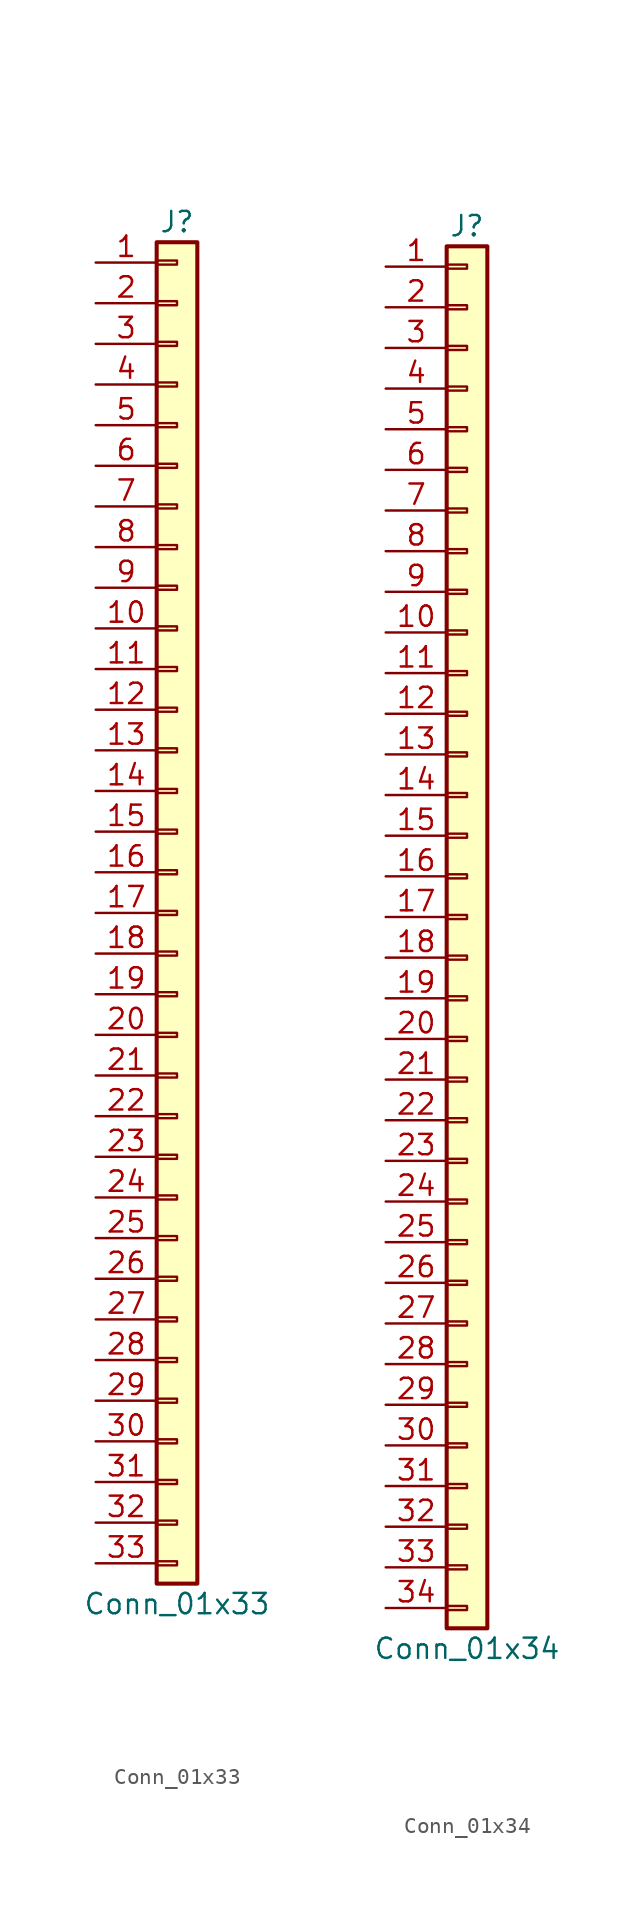
<source format=kicad_sym>
(kicad_symbol_lib
  (version 20220914)
  (generator kicad_symbol_editor)
  (symbol "Conn_01x33"
    (pin_names
      (offset 1.016) hide)
    (property "Reference" "J"
      (at 0 43.18 0)
      (effects (font (size 1.27 1.27))))
    (property "Value" "Conn_01x33"
      (at 0 -43.18 0)
      (effects (font (size 1.27 1.27))))
    (symbol "Conn_01x33_1_1"
      (rectangle (start -1.27 -40.513) (end 0 -40.767) (stroke (width 0.152) (type solid)) (fill (type none)))
      (rectangle (start -1.27 -37.973) (end 0 -38.227) (stroke (width 0.152) (type solid)) (fill (type none)))
      (rectangle (start -1.27 -35.433) (end 0 -35.687) (stroke (width 0.152) (type solid)) (fill (type none)))
      (rectangle (start -1.27 -32.893) (end 0 -33.147) (stroke (width 0.152) (type solid)) (fill (type none)))
      (rectangle (start -1.27 -30.353) (end 0 -30.607) (stroke (width 0.152) (type solid)) (fill (type none)))
      (rectangle (start -1.27 -27.813) (end 0 -28.067) (stroke (width 0.152) (type solid)) (fill (type none)))
      (rectangle (start -1.27 -25.273) (end 0 -25.527) (stroke (width 0.152) (type solid)) (fill (type none)))
      (rectangle (start -1.27 -22.733) (end 0 -22.987) (stroke (width 0.152) (type solid)) (fill (type none)))
      (rectangle (start -1.27 -20.193) (end 0 -20.447) (stroke (width 0.152) (type solid)) (fill (type none)))
      (rectangle (start -1.27 -17.653) (end 0 -17.907) (stroke (width 0.152) (type solid)) (fill (type none)))
      (rectangle (start -1.27 -15.113) (end 0 -15.367) (stroke (width 0.152) (type solid)) (fill (type none)))
      (rectangle (start -1.27 -12.573) (end 0 -12.827) (stroke (width 0.152) (type solid)) (fill (type none)))
      (rectangle (start -1.27 -10.033) (end 0 -10.287) (stroke (width 0.152) (type solid)) (fill (type none)))
      (rectangle (start -1.27 -7.493) (end 0 -7.747) (stroke (width 0.152) (type solid)) (fill (type none)))
      (rectangle (start -1.27 -4.953) (end 0 -5.207) (stroke (width 0.152) (type solid)) (fill (type none)))
      (rectangle (start -1.27 -2.413) (end 0 -2.667) (stroke (width 0.152) (type solid)) (fill (type none)))
      (rectangle (start -1.27 0.127) (end 0 -0.127) (stroke (width 0.152) (type solid)) (fill (type none)))
      (rectangle (start -1.27 2.667) (end 0 2.413) (stroke (width 0.152) (type solid)) (fill (type none)))
      (rectangle (start -1.27 5.207) (end 0 4.953) (stroke (width 0.152) (type solid)) (fill (type none)))
      (rectangle (start -1.27 7.747) (end 0 7.493) (stroke (width 0.152) (type solid)) (fill (type none)))
      (rectangle (start -1.27 10.287) (end 0 10.033) (stroke (width 0.152) (type solid)) (fill (type none)))
      (rectangle (start -1.27 12.827) (end 0 12.573) (stroke (width 0.152) (type solid)) (fill (type none)))
      (rectangle (start -1.27 15.367) (end 0 15.113) (stroke (width 0.152) (type solid)) (fill (type none)))
      (rectangle (start -1.27 17.907) (end 0 17.653) (stroke (width 0.152) (type solid)) (fill (type none)))
      (rectangle (start -1.27 20.447) (end 0 20.193) (stroke (width 0.152) (type solid)) (fill (type none)))
      (rectangle (start -1.27 22.987) (end 0 22.733) (stroke (width 0.152) (type solid)) (fill (type none)))
      (rectangle (start -1.27 25.527) (end 0 25.273) (stroke (width 0.152) (type solid)) (fill (type none)))
      (rectangle (start -1.27 28.067) (end 0 27.813) (stroke (width 0.152) (type solid)) (fill (type none)))
      (rectangle (start -1.27 30.607) (end 0 30.353) (stroke (width 0.152) (type solid)) (fill (type none)))
      (rectangle (start -1.27 33.147) (end 0 32.893) (stroke (width 0.152) (type solid)) (fill (type none)))
      (rectangle (start -1.27 35.687) (end 0 35.433) (stroke (width 0.152) (type solid)) (fill (type none)))
      (rectangle (start -1.27 38.227) (end 0 37.973) (stroke (width 0.152) (type solid)) (fill (type none)))
      (rectangle (start -1.27 40.767) (end 0 40.513) (stroke (width 0.152) (type solid)) (fill (type none)))
      (rectangle (start -1.27 41.91) (end 1.27 -41.91) (stroke (width 0.254) (type solid)) (fill (type background)))
      (pin passive line (at -5.08 40.64 0) (length 3.81) (name "Pin_1" (effects (font (size 1.27 1.27)))) (number "1" (effects (font (size 1.27 1.27)))))
      (pin passive line (at -5.08 17.78 0) (length 3.81) (name "Pin_10" (effects (font (size 1.27 1.27)))) (number "10" (effects (font (size 1.27 1.27)))))
      (pin passive line (at -5.08 15.24 0) (length 3.81) (name "Pin_11" (effects (font (size 1.27 1.27)))) (number "11" (effects (font (size 1.27 1.27)))))
      (pin passive line (at -5.08 12.7 0) (length 3.81) (name "Pin_12" (effects (font (size 1.27 1.27)))) (number "12" (effects (font (size 1.27 1.27)))))
      (pin passive line (at -5.08 10.16 0) (length 3.81) (name "Pin_13" (effects (font (size 1.27 1.27)))) (number "13" (effects (font (size 1.27 1.27)))))
      (pin passive line (at -5.08 7.62 0) (length 3.81) (name "Pin_14" (effects (font (size 1.27 1.27)))) (number "14" (effects (font (size 1.27 1.27)))))
      (pin passive line (at -5.08 5.08 0) (length 3.81) (name "Pin_15" (effects (font (size 1.27 1.27)))) (number "15" (effects (font (size 1.27 1.27)))))
      (pin passive line (at -5.08 2.54 0) (length 3.81) (name "Pin_16" (effects (font (size 1.27 1.27)))) (number "16" (effects (font (size 1.27 1.27)))))
      (pin passive line (at -5.08 0 0) (length 3.81) (name "Pin_17" (effects (font (size 1.27 1.27)))) (number "17" (effects (font (size 1.27 1.27)))))
      (pin passive line (at -5.08 -2.54 0) (length 3.81) (name "Pin_18" (effects (font (size 1.27 1.27)))) (number "18" (effects (font (size 1.27 1.27)))))
      (pin passive line (at -5.08 -5.08 0) (length 3.81) (name "Pin_19" (effects (font (size 1.27 1.27)))) (number "19" (effects (font (size 1.27 1.27)))))
      (pin passive line (at -5.08 38.1 0) (length 3.81) (name "Pin_2" (effects (font (size 1.27 1.27)))) (number "2" (effects (font (size 1.27 1.27)))))
      (pin passive line (at -5.08 -7.62 0) (length 3.81) (name "Pin_20" (effects (font (size 1.27 1.27)))) (number "20" (effects (font (size 1.27 1.27)))))
      (pin passive line (at -5.08 -10.16 0) (length 3.81) (name "Pin_21" (effects (font (size 1.27 1.27)))) (number "21" (effects (font (size 1.27 1.27)))))
      (pin passive line (at -5.08 -12.7 0) (length 3.81) (name "Pin_22" (effects (font (size 1.27 1.27)))) (number "22" (effects (font (size 1.27 1.27)))))
      (pin passive line (at -5.08 -15.24 0) (length 3.81) (name "Pin_23" (effects (font (size 1.27 1.27)))) (number "23" (effects (font (size 1.27 1.27)))))
      (pin passive line (at -5.08 -17.78 0) (length 3.81) (name "Pin_24" (effects (font (size 1.27 1.27)))) (number "24" (effects (font (size 1.27 1.27)))))
      (pin passive line (at -5.08 -20.32 0) (length 3.81) (name "Pin_25" (effects (font (size 1.27 1.27)))) (number "25" (effects (font (size 1.27 1.27)))))
      (pin passive line (at -5.08 -22.86 0) (length 3.81) (name "Pin_26" (effects (font (size 1.27 1.27)))) (number "26" (effects (font (size 1.27 1.27)))))
      (pin passive line (at -5.08 -25.4 0) (length 3.81) (name "Pin_27" (effects (font (size 1.27 1.27)))) (number "27" (effects (font (size 1.27 1.27)))))
      (pin passive line (at -5.08 -27.94 0) (length 3.81) (name "Pin_28" (effects (font (size 1.27 1.27)))) (number "28" (effects (font (size 1.27 1.27)))))
      (pin passive line (at -5.08 -30.48 0) (length 3.81) (name "Pin_29" (effects (font (size 1.27 1.27)))) (number "29" (effects (font (size 1.27 1.27)))))
      (pin passive line (at -5.08 35.56 0) (length 3.81) (name "Pin_3" (effects (font (size 1.27 1.27)))) (number "3" (effects (font (size 1.27 1.27)))))
      (pin passive line (at -5.08 -33.02 0) (length 3.81) (name "Pin_30" (effects (font (size 1.27 1.27)))) (number "30" (effects (font (size 1.27 1.27)))))
      (pin passive line (at -5.08 -35.56 0) (length 3.81) (name "Pin_31" (effects (font (size 1.27 1.27)))) (number "31" (effects (font (size 1.27 1.27)))))
      (pin passive line (at -5.08 -38.1 0) (length 3.81) (name "Pin_32" (effects (font (size 1.27 1.27)))) (number "32" (effects (font (size 1.27 1.27)))))
      (pin passive line (at -5.08 -40.64 0) (length 3.81) (name "Pin_33" (effects (font (size 1.27 1.27)))) (number "33" (effects (font (size 1.27 1.27)))))
      (pin passive line (at -5.08 33.02 0) (length 3.81) (name "Pin_4" (effects (font (size 1.27 1.27)))) (number "4" (effects (font (size 1.27 1.27)))))
      (pin passive line (at -5.08 30.48 0) (length 3.81) (name "Pin_5" (effects (font (size 1.27 1.27)))) (number "5" (effects (font (size 1.27 1.27)))))
      (pin passive line (at -5.08 27.94 0) (length 3.81) (name "Pin_6" (effects (font (size 1.27 1.27)))) (number "6" (effects (font (size 1.27 1.27)))))
      (pin passive line (at -5.08 25.4 0) (length 3.81) (name "Pin_7" (effects (font (size 1.27 1.27)))) (number "7" (effects (font (size 1.27 1.27)))))
      (pin passive line (at -5.08 22.86 0) (length 3.81) (name "Pin_8" (effects (font (size 1.27 1.27)))) (number "8" (effects (font (size 1.27 1.27)))))
      (pin passive line (at -5.08 20.32 0) (length 3.81) (name "Pin_9" (effects (font (size 1.27 1.27)))) (number "9" (effects (font (size 1.27 1.27)))))))
  (symbol "Conn_01x34"
    (pin_names
      (offset 1.016) hide)
    (property "Reference" "J"
      (at 0 43.18 0)
      (effects (font (size 1.27 1.27))))
    (property "Value" "Conn_01x34"
      (at 0 -45.72 0)
      (effects (font (size 1.27 1.27))))
    (symbol "Conn_01x34_1_1"
      (rectangle (start -1.27 -43.053) (end 0 -43.307) (stroke (width 0.152) (type solid)) (fill (type none)))
      (rectangle (start -1.27 -40.513) (end 0 -40.767) (stroke (width 0.152) (type solid)) (fill (type none)))
      (rectangle (start -1.27 -37.973) (end 0 -38.227) (stroke (width 0.152) (type solid)) (fill (type none)))
      (rectangle (start -1.27 -35.433) (end 0 -35.687) (stroke (width 0.152) (type solid)) (fill (type none)))
      (rectangle (start -1.27 -32.893) (end 0 -33.147) (stroke (width 0.152) (type solid)) (fill (type none)))
      (rectangle (start -1.27 -30.353) (end 0 -30.607) (stroke (width 0.152) (type solid)) (fill (type none)))
      (rectangle (start -1.27 -27.813) (end 0 -28.067) (stroke (width 0.152) (type solid)) (fill (type none)))
      (rectangle (start -1.27 -25.273) (end 0 -25.527) (stroke (width 0.152) (type solid)) (fill (type none)))
      (rectangle (start -1.27 -22.733) (end 0 -22.987) (stroke (width 0.152) (type solid)) (fill (type none)))
      (rectangle (start -1.27 -20.193) (end 0 -20.447) (stroke (width 0.152) (type solid)) (fill (type none)))
      (rectangle (start -1.27 -17.653) (end 0 -17.907) (stroke (width 0.152) (type solid)) (fill (type none)))
      (rectangle (start -1.27 -15.113) (end 0 -15.367) (stroke (width 0.152) (type solid)) (fill (type none)))
      (rectangle (start -1.27 -12.573) (end 0 -12.827) (stroke (width 0.152) (type solid)) (fill (type none)))
      (rectangle (start -1.27 -10.033) (end 0 -10.287) (stroke (width 0.152) (type solid)) (fill (type none)))
      (rectangle (start -1.27 -7.493) (end 0 -7.747) (stroke (width 0.152) (type solid)) (fill (type none)))
      (rectangle (start -1.27 -4.953) (end 0 -5.207) (stroke (width 0.152) (type solid)) (fill (type none)))
      (rectangle (start -1.27 -2.413) (end 0 -2.667) (stroke (width 0.152) (type solid)) (fill (type none)))
      (rectangle (start -1.27 0.127) (end 0 -0.127) (stroke (width 0.152) (type solid)) (fill (type none)))
      (rectangle (start -1.27 2.667) (end 0 2.413) (stroke (width 0.152) (type solid)) (fill (type none)))
      (rectangle (start -1.27 5.207) (end 0 4.953) (stroke (width 0.152) (type solid)) (fill (type none)))
      (rectangle (start -1.27 7.747) (end 0 7.493) (stroke (width 0.152) (type solid)) (fill (type none)))
      (rectangle (start -1.27 10.287) (end 0 10.033) (stroke (width 0.152) (type solid)) (fill (type none)))
      (rectangle (start -1.27 12.827) (end 0 12.573) (stroke (width 0.152) (type solid)) (fill (type none)))
      (rectangle (start -1.27 15.367) (end 0 15.113) (stroke (width 0.152) (type solid)) (fill (type none)))
      (rectangle (start -1.27 17.907) (end 0 17.653) (stroke (width 0.152) (type solid)) (fill (type none)))
      (rectangle (start -1.27 20.447) (end 0 20.193) (stroke (width 0.152) (type solid)) (fill (type none)))
      (rectangle (start -1.27 22.987) (end 0 22.733) (stroke (width 0.152) (type solid)) (fill (type none)))
      (rectangle (start -1.27 25.527) (end 0 25.273) (stroke (width 0.152) (type solid)) (fill (type none)))
      (rectangle (start -1.27 28.067) (end 0 27.813) (stroke (width 0.152) (type solid)) (fill (type none)))
      (rectangle (start -1.27 30.607) (end 0 30.353) (stroke (width 0.152) (type solid)) (fill (type none)))
      (rectangle (start -1.27 33.147) (end 0 32.893) (stroke (width 0.152) (type solid)) (fill (type none)))
      (rectangle (start -1.27 35.687) (end 0 35.433) (stroke (width 0.152) (type solid)) (fill (type none)))
      (rectangle (start -1.27 38.227) (end 0 37.973) (stroke (width 0.152) (type solid)) (fill (type none)))
      (rectangle (start -1.27 40.767) (end 0 40.513) (stroke (width 0.152) (type solid)) (fill (type none)))
      (rectangle (start -1.27 41.91) (end 1.27 -44.45) (stroke (width 0.254) (type solid)) (fill (type background)))
      (pin passive line (at -5.08 40.64 0) (length 3.81) (name "Pin_1" (effects (font (size 1.27 1.27)))) (number "1" (effects (font (size 1.27 1.27)))))
      (pin passive line (at -5.08 17.78 0) (length 3.81) (name "Pin_10" (effects (font (size 1.27 1.27)))) (number "10" (effects (font (size 1.27 1.27)))))
      (pin passive line (at -5.08 15.24 0) (length 3.81) (name "Pin_11" (effects (font (size 1.27 1.27)))) (number "11" (effects (font (size 1.27 1.27)))))
      (pin passive line (at -5.08 12.7 0) (length 3.81) (name "Pin_12" (effects (font (size 1.27 1.27)))) (number "12" (effects (font (size 1.27 1.27)))))
      (pin passive line (at -5.08 10.16 0) (length 3.81) (name "Pin_13" (effects (font (size 1.27 1.27)))) (number "13" (effects (font (size 1.27 1.27)))))
      (pin passive line (at -5.08 7.62 0) (length 3.81) (name "Pin_14" (effects (font (size 1.27 1.27)))) (number "14" (effects (font (size 1.27 1.27)))))
      (pin passive line (at -5.08 5.08 0) (length 3.81) (name "Pin_15" (effects (font (size 1.27 1.27)))) (number "15" (effects (font (size 1.27 1.27)))))
      (pin passive line (at -5.08 2.54 0) (length 3.81) (name "Pin_16" (effects (font (size 1.27 1.27)))) (number "16" (effects (font (size 1.27 1.27)))))
      (pin passive line (at -5.08 0 0) (length 3.81) (name "Pin_17" (effects (font (size 1.27 1.27)))) (number "17" (effects (font (size 1.27 1.27)))))
      (pin passive line (at -5.08 -2.54 0) (length 3.81) (name "Pin_18" (effects (font (size 1.27 1.27)))) (number "18" (effects (font (size 1.27 1.27)))))
      (pin passive line (at -5.08 -5.08 0) (length 3.81) (name "Pin_19" (effects (font (size 1.27 1.27)))) (number "19" (effects (font (size 1.27 1.27)))))
      (pin passive line (at -5.08 38.1 0) (length 3.81) (name "Pin_2" (effects (font (size 1.27 1.27)))) (number "2" (effects (font (size 1.27 1.27)))))
      (pin passive line (at -5.08 -7.62 0) (length 3.81) (name "Pin_20" (effects (font (size 1.27 1.27)))) (number "20" (effects (font (size 1.27 1.27)))))
      (pin passive line (at -5.08 -10.16 0) (length 3.81) (name "Pin_21" (effects (font (size 1.27 1.27)))) (number "21" (effects (font (size 1.27 1.27)))))
      (pin passive line (at -5.08 -12.7 0) (length 3.81) (name "Pin_22" (effects (font (size 1.27 1.27)))) (number "22" (effects (font (size 1.27 1.27)))))
      (pin passive line (at -5.08 -15.24 0) (length 3.81) (name "Pin_23" (effects (font (size 1.27 1.27)))) (number "23" (effects (font (size 1.27 1.27)))))
      (pin passive line (at -5.08 -17.78 0) (length 3.81) (name "Pin_24" (effects (font (size 1.27 1.27)))) (number "24" (effects (font (size 1.27 1.27)))))
      (pin passive line (at -5.08 -20.32 0) (length 3.81) (name "Pin_25" (effects (font (size 1.27 1.27)))) (number "25" (effects (font (size 1.27 1.27)))))
      (pin passive line (at -5.08 -22.86 0) (length 3.81) (name "Pin_26" (effects (font (size 1.27 1.27)))) (number "26" (effects (font (size 1.27 1.27)))))
      (pin passive line (at -5.08 -25.4 0) (length 3.81) (name "Pin_27" (effects (font (size 1.27 1.27)))) (number "27" (effects (font (size 1.27 1.27)))))
      (pin passive line (at -5.08 -27.94 0) (length 3.81) (name "Pin_28" (effects (font (size 1.27 1.27)))) (number "28" (effects (font (size 1.27 1.27)))))
      (pin passive line (at -5.08 -30.48 0) (length 3.81) (name "Pin_29" (effects (font (size 1.27 1.27)))) (number "29" (effects (font (size 1.27 1.27)))))
      (pin passive line (at -5.08 35.56 0) (length 3.81) (name "Pin_3" (effects (font (size 1.27 1.27)))) (number "3" (effects (font (size 1.27 1.27)))))
      (pin passive line (at -5.08 -33.02 0) (length 3.81) (name "Pin_30" (effects (font (size 1.27 1.27)))) (number "30" (effects (font (size 1.27 1.27)))))
      (pin passive line (at -5.08 -35.56 0) (length 3.81) (name "Pin_31" (effects (font (size 1.27 1.27)))) (number "31" (effects (font (size 1.27 1.27)))))
      (pin passive line (at -5.08 -38.1 0) (length 3.81) (name "Pin_32" (effects (font (size 1.27 1.27)))) (number "32" (effects (font (size 1.27 1.27)))))
      (pin passive line (at -5.08 -40.64 0) (length 3.81) (name "Pin_33" (effects (font (size 1.27 1.27)))) (number "33" (effects (font (size 1.27 1.27)))))
      (pin passive line (at -5.08 -43.18 0) (length 3.81) (name "Pin_34" (effects (font (size 1.27 1.27)))) (number "34" (effects (font (size 1.27 1.27)))))
      (pin passive line (at -5.08 33.02 0) (length 3.81) (name "Pin_4" (effects (font (size 1.27 1.27)))) (number "4" (effects (font (size 1.27 1.27)))))
      (pin passive line (at -5.08 30.48 0) (length 3.81) (name "Pin_5" (effects (font (size 1.27 1.27)))) (number "5" (effects (font (size 1.27 1.27)))))
      (pin passive line (at -5.08 27.94 0) (length 3.81) (name "Pin_6" (effects (font (size 1.27 1.27)))) (number "6" (effects (font (size 1.27 1.27)))))
      (pin passive line (at -5.08 25.4 0) (length 3.81) (name "Pin_7" (effects (font (size 1.27 1.27)))) (number "7" (effects (font (size 1.27 1.27)))))
      (pin passive line (at -5.08 22.86 0) (length 3.81) (name "Pin_8" (effects (font (size 1.27 1.27)))) (number "8" (effects (font (size 1.27 1.27)))))
      (pin passive line (at -5.08 20.32 0) (length 3.81) (name "Pin_9" (effects (font (size 1.27 1.27)))) (number "9" (effects (font (size 1.27 1.27))))))))
</source>
